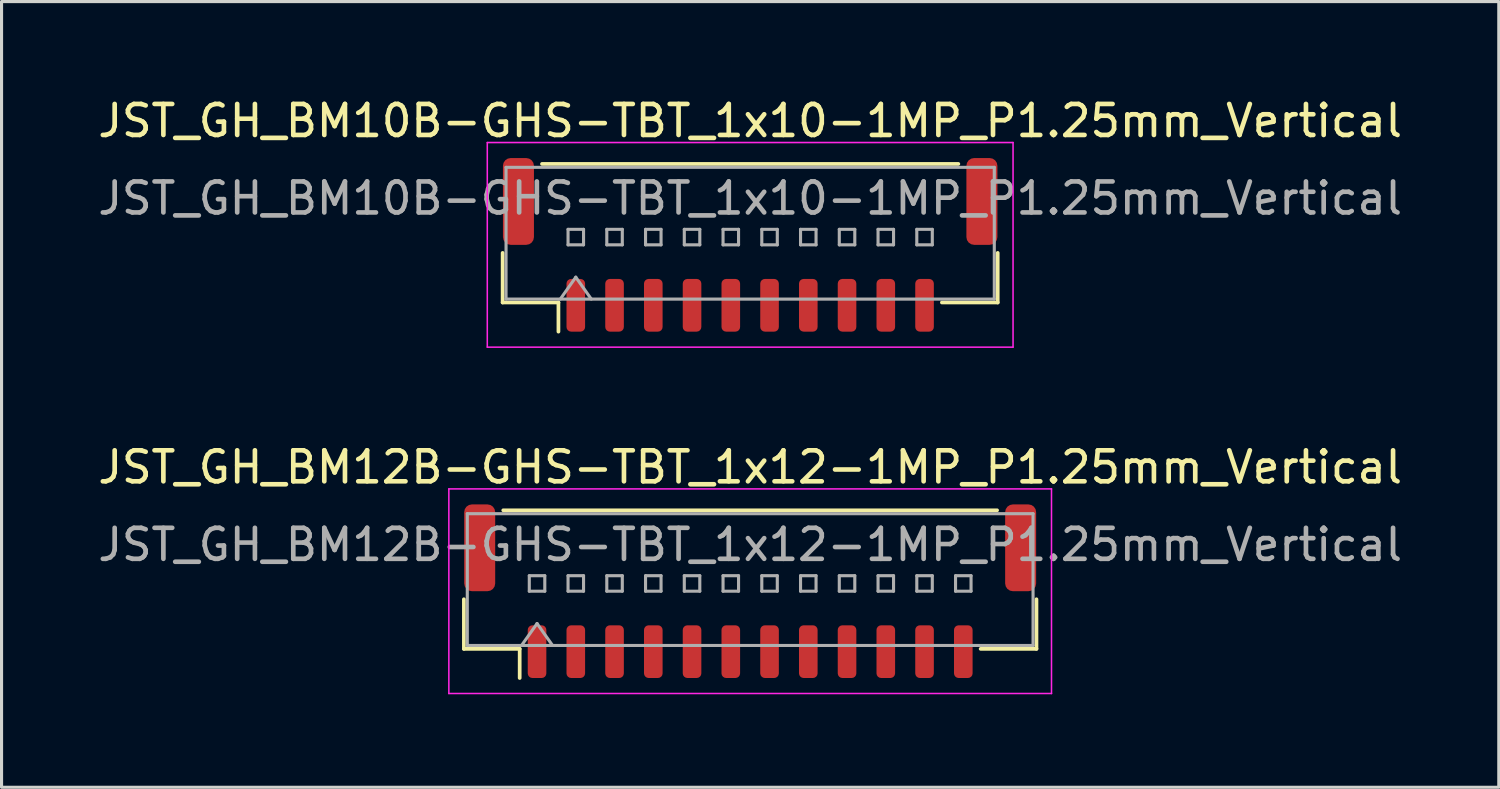
<source format=kicad_pcb>
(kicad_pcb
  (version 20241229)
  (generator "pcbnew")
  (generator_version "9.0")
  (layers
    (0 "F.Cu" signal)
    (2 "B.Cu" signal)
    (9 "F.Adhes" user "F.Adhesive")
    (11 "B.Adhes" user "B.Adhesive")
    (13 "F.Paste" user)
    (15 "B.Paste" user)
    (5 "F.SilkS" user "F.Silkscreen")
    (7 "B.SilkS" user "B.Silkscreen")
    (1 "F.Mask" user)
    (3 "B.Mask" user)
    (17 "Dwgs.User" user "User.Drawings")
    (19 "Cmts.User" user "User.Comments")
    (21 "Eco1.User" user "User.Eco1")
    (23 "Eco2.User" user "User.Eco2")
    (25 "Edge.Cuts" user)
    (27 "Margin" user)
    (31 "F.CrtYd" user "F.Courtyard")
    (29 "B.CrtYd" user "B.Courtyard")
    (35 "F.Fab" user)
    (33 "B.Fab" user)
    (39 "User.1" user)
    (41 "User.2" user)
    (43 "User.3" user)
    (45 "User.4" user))
  (footprint "JST_GH_BM12B-GHS-TBT_1x12-1MP_P1.25mm_Vertical"
    (layer "F.Cu")
    (at 21.149 16.021)
    (property "Reference" "JST_GH_BM12B-GHS-TBT_1x12-1MP_P1.25mm_Vertical" (at 0 -4 0) (layer "F.SilkS") (effects (font (size 1 1) (thickness 0.15))))
    (attr smd)
    (fp_line (start -9.235 0.26) (end -9.235 1.86) (stroke (width 0.12) (type solid)) (layer "F.SilkS"))
    (fp_line (start -9.235 1.86) (end -7.435 1.86) (stroke (width 0.12) (type solid)) (layer "F.SilkS"))
    (fp_line (start -7.965 -2.61) (end 7.965 -2.61) (stroke (width 0.12) (type solid)) (layer "F.SilkS"))
    (fp_line (start -7.435 1.86) (end -7.435 2.8) (stroke (width 0.12) (type solid)) (layer "F.SilkS"))
    (fp_line (start 9.235 0.26) (end 9.235 1.86) (stroke (width 0.12) (type solid)) (layer "F.SilkS"))
    (fp_line (start 9.235 1.86) (end 7.435 1.86) (stroke (width 0.12) (type solid)) (layer "F.SilkS"))
    (fp_line (start -9.72 -3.3) (end -9.72 3.3) (stroke (width 0.05) (type solid)) (layer "F.CrtYd"))
    (fp_line (start -9.72 3.3) (end 9.72 3.3) (stroke (width 0.05) (type solid)) (layer "F.CrtYd"))
    (fp_line (start 9.72 -3.3) (end -9.72 -3.3) (stroke (width 0.05) (type solid)) (layer "F.CrtYd"))
    (fp_line (start 9.72 3.3) (end 9.72 -3.3) (stroke (width 0.05) (type solid)) (layer "F.CrtYd"))
    (fp_line (start -9.125 -2.5) (end 9.125 -2.5) (stroke (width 0.1) (type solid)) (layer "F.Fab"))
    (fp_line (start -9.125 1.75) (end -9.125 -2.5) (stroke (width 0.1) (type solid)) (layer "F.Fab"))
    (fp_line (start -9.125 1.75) (end 9.125 1.75) (stroke (width 0.1) (type solid)) (layer "F.Fab"))
    (fp_line (start -7.375 1.75) (end -6.875 1.043) (stroke (width 0.1) (type solid)) (layer "F.Fab"))
    (fp_line (start -7.125 -0.5) (end -7.125 0) (stroke (width 0.1) (type solid)) (layer "F.Fab"))
    (fp_line (start -7.125 0) (end -6.625 0) (stroke (width 0.1) (type solid)) (layer "F.Fab"))
    (fp_line (start -6.875 1.043) (end -6.375 1.75) (stroke (width 0.1) (type solid)) (layer "F.Fab"))
    (fp_line (start -6.625 -0.5) (end -7.125 -0.5) (stroke (width 0.1) (type solid)) (layer "F.Fab"))
    (fp_line (start -6.625 0) (end -6.625 -0.5) (stroke (width 0.1) (type solid)) (layer "F.Fab"))
    (fp_line (start -5.875 -0.5) (end -5.875 0) (stroke (width 0.1) (type solid)) (layer "F.Fab"))
    (fp_line (start -5.875 0) (end -5.375 0) (stroke (width 0.1) (type solid)) (layer "F.Fab"))
    (fp_line (start -5.375 -0.5) (end -5.875 -0.5) (stroke (width 0.1) (type solid)) (layer "F.Fab"))
    (fp_line (start -5.375 0) (end -5.375 -0.5) (stroke (width 0.1) (type solid)) (layer "F.Fab"))
    (fp_line (start -4.625 -0.5) (end -4.625 0) (stroke (width 0.1) (type solid)) (layer "F.Fab"))
    (fp_line (start -4.625 0) (end -4.125 0) (stroke (width 0.1) (type solid)) (layer "F.Fab"))
    (fp_line (start -4.125 -0.5) (end -4.625 -0.5) (stroke (width 0.1) (type solid)) (layer "F.Fab"))
    (fp_line (start -4.125 0) (end -4.125 -0.5) (stroke (width 0.1) (type solid)) (layer "F.Fab"))
    (fp_line (start -3.375 -0.5) (end -3.375 0) (stroke (width 0.1) (type solid)) (layer "F.Fab"))
    (fp_line (start -3.375 0) (end -2.875 0) (stroke (width 0.1) (type solid)) (layer "F.Fab"))
    (fp_line (start -2.875 -0.5) (end -3.375 -0.5) (stroke (width 0.1) (type solid)) (layer "F.Fab"))
    (fp_line (start -2.875 0) (end -2.875 -0.5) (stroke (width 0.1) (type solid)) (layer "F.Fab"))
    (fp_line (start -2.125 -0.5) (end -2.125 0) (stroke (width 0.1) (type solid)) (layer "F.Fab"))
    (fp_line (start -2.125 0) (end -1.625 0) (stroke (width 0.1) (type solid)) (layer "F.Fab"))
    (fp_line (start -1.625 -0.5) (end -2.125 -0.5) (stroke (width 0.1) (type solid)) (layer "F.Fab"))
    (fp_line (start -1.625 0) (end -1.625 -0.5) (stroke (width 0.1) (type solid)) (layer "F.Fab"))
    (fp_line (start -0.875 -0.5) (end -0.875 0) (stroke (width 0.1) (type solid)) (layer "F.Fab"))
    (fp_line (start -0.875 0) (end -0.375 0) (stroke (width 0.1) (type solid)) (layer "F.Fab"))
    (fp_line (start -0.375 -0.5) (end -0.875 -0.5) (stroke (width 0.1) (type solid)) (layer "F.Fab"))
    (fp_line (start -0.375 0) (end -0.375 -0.5) (stroke (width 0.1) (type solid)) (layer "F.Fab"))
    (fp_line (start 0.375 -0.5) (end 0.375 0) (stroke (width 0.1) (type solid)) (layer "F.Fab"))
    (fp_line (start 0.375 0) (end 0.875 0) (stroke (width 0.1) (type solid)) (layer "F.Fab"))
    (fp_line (start 0.875 -0.5) (end 0.375 -0.5) (stroke (width 0.1) (type solid)) (layer "F.Fab"))
    (fp_line (start 0.875 0) (end 0.875 -0.5) (stroke (width 0.1) (type solid)) (layer "F.Fab"))
    (fp_line (start 1.625 -0.5) (end 1.625 0) (stroke (width 0.1) (type solid)) (layer "F.Fab"))
    (fp_line (start 1.625 0) (end 2.125 0) (stroke (width 0.1) (type solid)) (layer "F.Fab"))
    (fp_line (start 2.125 -0.5) (end 1.625 -0.5) (stroke (width 0.1) (type solid)) (layer "F.Fab"))
    (fp_line (start 2.125 0) (end 2.125 -0.5) (stroke (width 0.1) (type solid)) (layer "F.Fab"))
    (fp_line (start 2.875 -0.5) (end 2.875 0) (stroke (width 0.1) (type solid)) (layer "F.Fab"))
    (fp_line (start 2.875 0) (end 3.375 0) (stroke (width 0.1) (type solid)) (layer "F.Fab"))
    (fp_line (start 3.375 -0.5) (end 2.875 -0.5) (stroke (width 0.1) (type solid)) (layer "F.Fab"))
    (fp_line (start 3.375 0) (end 3.375 -0.5) (stroke (width 0.1) (type solid)) (layer "F.Fab"))
    (fp_line (start 4.125 -0.5) (end 4.125 0) (stroke (width 0.1) (type solid)) (layer "F.Fab"))
    (fp_line (start 4.125 0) (end 4.625 0) (stroke (width 0.1) (type solid)) (layer "F.Fab"))
    (fp_line (start 4.625 -0.5) (end 4.125 -0.5) (stroke (width 0.1) (type solid)) (layer "F.Fab"))
    (fp_line (start 4.625 0) (end 4.625 -0.5) (stroke (width 0.1) (type solid)) (layer "F.Fab"))
    (fp_line (start 5.375 -0.5) (end 5.375 0) (stroke (width 0.1) (type solid)) (layer "F.Fab"))
    (fp_line (start 5.375 0) (end 5.875 0) (stroke (width 0.1) (type solid)) (layer "F.Fab"))
    (fp_line (start 5.875 -0.5) (end 5.375 -0.5) (stroke (width 0.1) (type solid)) (layer "F.Fab"))
    (fp_line (start 5.875 0) (end 5.875 -0.5) (stroke (width 0.1) (type solid)) (layer "F.Fab"))
    (fp_line (start 6.625 -0.5) (end 6.625 0) (stroke (width 0.1) (type solid)) (layer "F.Fab"))
    (fp_line (start 6.625 0) (end 7.125 0) (stroke (width 0.1) (type solid)) (layer "F.Fab"))
    (fp_line (start 7.125 -0.5) (end 6.625 -0.5) (stroke (width 0.1) (type solid)) (layer "F.Fab"))
    (fp_line (start 7.125 0) (end 7.125 -0.5) (stroke (width 0.1) (type solid)) (layer "F.Fab"))
    (fp_line (start 9.125 1.75) (end 9.125 -2.5) (stroke (width 0.1) (type solid)) (layer "F.Fab"))
    (fp_text user "${REFERENCE}" (at 0 -1.5 0) (layer "F.Fab") (effects (font (size 1 1) (thickness 0.15))))
    (pad "1" smd roundrect (at -6.875 1.95) (size 0.6 1.7) (layers "F.Cu" "F.Mask" "F.Paste") (roundrect_rratio 0.25))
    (pad "2" smd roundrect (at -5.625 1.95) (size 0.6 1.7) (layers "F.Cu" "F.Mask" "F.Paste") (roundrect_rratio 0.25))
    (pad "3" smd roundrect (at -4.375 1.95) (size 0.6 1.7) (layers "F.Cu" "F.Mask" "F.Paste") (roundrect_rratio 0.25))
    (pad "4" smd roundrect (at -3.125 1.95) (size 0.6 1.7) (layers "F.Cu" "F.Mask" "F.Paste") (roundrect_rratio 0.25))
    (pad "5" smd roundrect (at -1.875 1.95) (size 0.6 1.7) (layers "F.Cu" "F.Mask" "F.Paste") (roundrect_rratio 0.25))
    (pad "6" smd roundrect (at -0.625 1.95) (size 0.6 1.7) (layers "F.Cu" "F.Mask" "F.Paste") (roundrect_rratio 0.25))
    (pad "7" smd roundrect (at 0.625 1.95) (size 0.6 1.7) (layers "F.Cu" "F.Mask" "F.Paste") (roundrect_rratio 0.25))
    (pad "8" smd roundrect (at 1.875 1.95) (size 0.6 1.7) (layers "F.Cu" "F.Mask" "F.Paste") (roundrect_rratio 0.25))
    (pad "9" smd roundrect (at 3.125 1.95) (size 0.6 1.7) (layers "F.Cu" "F.Mask" "F.Paste") (roundrect_rratio 0.25))
    (pad "10" smd roundrect (at 4.375 1.95) (size 0.6 1.7) (layers "F.Cu" "F.Mask" "F.Paste") (roundrect_rratio 0.25))
    (pad "11" smd roundrect (at 5.625 1.95) (size 0.6 1.7) (layers "F.Cu" "F.Mask" "F.Paste") (roundrect_rratio 0.25))
    (pad "12" smd roundrect (at 6.875 1.95) (size 0.6 1.7) (layers "F.Cu" "F.Mask" "F.Paste") (roundrect_rratio 0.25))
    (pad "MP" smd roundrect (at -8.725 -1.4) (size 1 2.8) (layers "F.Cu" "F.Mask" "F.Paste") (roundrect_rratio 0.25))
    (pad "MP" smd roundrect (at 8.725 -1.4) (size 1 2.8) (layers "F.Cu" "F.Mask" "F.Paste") (roundrect_rratio 0.25)))
  (footprint "JST_GH_BM10B-GHS-TBT_1x10-1MP_P1.25mm_Vertical"
    (layer "F.Cu")
    (at 21.149 4.848)
    (property "Reference" "JST_GH_BM10B-GHS-TBT_1x10-1MP_P1.25mm_Vertical" (at 0 -4 0) (layer "F.SilkS") (effects (font (size 1 1) (thickness 0.15))))
    (attr smd)
    (fp_line (start -7.985 0.26) (end -7.985 1.86) (stroke (width 0.12) (type solid)) (layer "F.SilkS"))
    (fp_line (start -7.985 1.86) (end -6.185 1.86) (stroke (width 0.12) (type solid)) (layer "F.SilkS"))
    (fp_line (start -6.715 -2.61) (end 6.715 -2.61) (stroke (width 0.12) (type solid)) (layer "F.SilkS"))
    (fp_line (start -6.185 1.86) (end -6.185 2.8) (stroke (width 0.12) (type solid)) (layer "F.SilkS"))
    (fp_line (start 7.985 0.26) (end 7.985 1.86) (stroke (width 0.12) (type solid)) (layer "F.SilkS"))
    (fp_line (start 7.985 1.86) (end 6.185 1.86) (stroke (width 0.12) (type solid)) (layer "F.SilkS"))
    (fp_line (start -8.48 -3.3) (end -8.48 3.3) (stroke (width 0.05) (type solid)) (layer "F.CrtYd"))
    (fp_line (start -8.48 3.3) (end 8.48 3.3) (stroke (width 0.05) (type solid)) (layer "F.CrtYd"))
    (fp_line (start 8.48 -3.3) (end -8.48 -3.3) (stroke (width 0.05) (type solid)) (layer "F.CrtYd"))
    (fp_line (start 8.48 3.3) (end 8.48 -3.3) (stroke (width 0.05) (type solid)) (layer "F.CrtYd"))
    (fp_line (start -7.875 -2.5) (end 7.875 -2.5) (stroke (width 0.1) (type solid)) (layer "F.Fab"))
    (fp_line (start -7.875 1.75) (end -7.875 -2.5) (stroke (width 0.1) (type solid)) (layer "F.Fab"))
    (fp_line (start -7.875 1.75) (end 7.875 1.75) (stroke (width 0.1) (type solid)) (layer "F.Fab"))
    (fp_line (start -6.125 1.75) (end -5.625 1.043) (stroke (width 0.1) (type solid)) (layer "F.Fab"))
    (fp_line (start -5.875 -0.5) (end -5.875 0) (stroke (width 0.1) (type solid)) (layer "F.Fab"))
    (fp_line (start -5.875 0) (end -5.375 0) (stroke (width 0.1) (type solid)) (layer "F.Fab"))
    (fp_line (start -5.625 1.043) (end -5.125 1.75) (stroke (width 0.1) (type solid)) (layer "F.Fab"))
    (fp_line (start -5.375 -0.5) (end -5.875 -0.5) (stroke (width 0.1) (type solid)) (layer "F.Fab"))
    (fp_line (start -5.375 0) (end -5.375 -0.5) (stroke (width 0.1) (type solid)) (layer "F.Fab"))
    (fp_line (start -4.625 -0.5) (end -4.625 0) (stroke (width 0.1) (type solid)) (layer "F.Fab"))
    (fp_line (start -4.625 0) (end -4.125 0) (stroke (width 0.1) (type solid)) (layer "F.Fab"))
    (fp_line (start -4.125 -0.5) (end -4.625 -0.5) (stroke (width 0.1) (type solid)) (layer "F.Fab"))
    (fp_line (start -4.125 0) (end -4.125 -0.5) (stroke (width 0.1) (type solid)) (layer "F.Fab"))
    (fp_line (start -3.375 -0.5) (end -3.375 0) (stroke (width 0.1) (type solid)) (layer "F.Fab"))
    (fp_line (start -3.375 0) (end -2.875 0) (stroke (width 0.1) (type solid)) (layer "F.Fab"))
    (fp_line (start -2.875 -0.5) (end -3.375 -0.5) (stroke (width 0.1) (type solid)) (layer "F.Fab"))
    (fp_line (start -2.875 0) (end -2.875 -0.5) (stroke (width 0.1) (type solid)) (layer "F.Fab"))
    (fp_line (start -2.125 -0.5) (end -2.125 0) (stroke (width 0.1) (type solid)) (layer "F.Fab"))
    (fp_line (start -2.125 0) (end -1.625 0) (stroke (width 0.1) (type solid)) (layer "F.Fab"))
    (fp_line (start -1.625 -0.5) (end -2.125 -0.5) (stroke (width 0.1) (type solid)) (layer "F.Fab"))
    (fp_line (start -1.625 0) (end -1.625 -0.5) (stroke (width 0.1) (type solid)) (layer "F.Fab"))
    (fp_line (start -0.875 -0.5) (end -0.875 0) (stroke (width 0.1) (type solid)) (layer "F.Fab"))
    (fp_line (start -0.875 0) (end -0.375 0) (stroke (width 0.1) (type solid)) (layer "F.Fab"))
    (fp_line (start -0.375 -0.5) (end -0.875 -0.5) (stroke (width 0.1) (type solid)) (layer "F.Fab"))
    (fp_line (start -0.375 0) (end -0.375 -0.5) (stroke (width 0.1) (type solid)) (layer "F.Fab"))
    (fp_line (start 0.375 -0.5) (end 0.375 0) (stroke (width 0.1) (type solid)) (layer "F.Fab"))
    (fp_line (start 0.375 0) (end 0.875 0) (stroke (width 0.1) (type solid)) (layer "F.Fab"))
    (fp_line (start 0.875 -0.5) (end 0.375 -0.5) (stroke (width 0.1) (type solid)) (layer "F.Fab"))
    (fp_line (start 0.875 0) (end 0.875 -0.5) (stroke (width 0.1) (type solid)) (layer "F.Fab"))
    (fp_line (start 1.625 -0.5) (end 1.625 0) (stroke (width 0.1) (type solid)) (layer "F.Fab"))
    (fp_line (start 1.625 0) (end 2.125 0) (stroke (width 0.1) (type solid)) (layer "F.Fab"))
    (fp_line (start 2.125 -0.5) (end 1.625 -0.5) (stroke (width 0.1) (type solid)) (layer "F.Fab"))
    (fp_line (start 2.125 0) (end 2.125 -0.5) (stroke (width 0.1) (type solid)) (layer "F.Fab"))
    (fp_line (start 2.875 -0.5) (end 2.875 0) (stroke (width 0.1) (type solid)) (layer "F.Fab"))
    (fp_line (start 2.875 0) (end 3.375 0) (stroke (width 0.1) (type solid)) (layer "F.Fab"))
    (fp_line (start 3.375 -0.5) (end 2.875 -0.5) (stroke (width 0.1) (type solid)) (layer "F.Fab"))
    (fp_line (start 3.375 0) (end 3.375 -0.5) (stroke (width 0.1) (type solid)) (layer "F.Fab"))
    (fp_line (start 4.125 -0.5) (end 4.125 0) (stroke (width 0.1) (type solid)) (layer "F.Fab"))
    (fp_line (start 4.125 0) (end 4.625 0) (stroke (width 0.1) (type solid)) (layer "F.Fab"))
    (fp_line (start 4.625 -0.5) (end 4.125 -0.5) (stroke (width 0.1) (type solid)) (layer "F.Fab"))
    (fp_line (start 4.625 0) (end 4.625 -0.5) (stroke (width 0.1) (type solid)) (layer "F.Fab"))
    (fp_line (start 5.375 -0.5) (end 5.375 0) (stroke (width 0.1) (type solid)) (layer "F.Fab"))
    (fp_line (start 5.375 0) (end 5.875 0) (stroke (width 0.1) (type solid)) (layer "F.Fab"))
    (fp_line (start 5.875 -0.5) (end 5.375 -0.5) (stroke (width 0.1) (type solid)) (layer "F.Fab"))
    (fp_line (start 5.875 0) (end 5.875 -0.5) (stroke (width 0.1) (type solid)) (layer "F.Fab"))
    (fp_line (start 7.875 1.75) (end 7.875 -2.5) (stroke (width 0.1) (type solid)) (layer "F.Fab"))
    (fp_text user "${REFERENCE}" (at 0 -1.5 0) (layer "F.Fab") (effects (font (size 1 1) (thickness 0.15))))
    (pad "1" smd roundrect (at -5.625 1.95) (size 0.6 1.7) (layers "F.Cu" "F.Mask" "F.Paste") (roundrect_rratio 0.25))
    (pad "2" smd roundrect (at -4.375 1.95) (size 0.6 1.7) (layers "F.Cu" "F.Mask" "F.Paste") (roundrect_rratio 0.25))
    (pad "3" smd roundrect (at -3.125 1.95) (size 0.6 1.7) (layers "F.Cu" "F.Mask" "F.Paste") (roundrect_rratio 0.25))
    (pad "4" smd roundrect (at -1.875 1.95) (size 0.6 1.7) (layers "F.Cu" "F.Mask" "F.Paste") (roundrect_rratio 0.25))
    (pad "5" smd roundrect (at -0.625 1.95) (size 0.6 1.7) (layers "F.Cu" "F.Mask" "F.Paste") (roundrect_rratio 0.25))
    (pad "6" smd roundrect (at 0.625 1.95) (size 0.6 1.7) (layers "F.Cu" "F.Mask" "F.Paste") (roundrect_rratio 0.25))
    (pad "7" smd roundrect (at 1.875 1.95) (size 0.6 1.7) (layers "F.Cu" "F.Mask" "F.Paste") (roundrect_rratio 0.25))
    (pad "8" smd roundrect (at 3.125 1.95) (size 0.6 1.7) (layers "F.Cu" "F.Mask" "F.Paste") (roundrect_rratio 0.25))
    (pad "9" smd roundrect (at 4.375 1.95) (size 0.6 1.7) (layers "F.Cu" "F.Mask" "F.Paste") (roundrect_rratio 0.25))
    (pad "10" smd roundrect (at 5.625 1.95) (size 0.6 1.7) (layers "F.Cu" "F.Mask" "F.Paste") (roundrect_rratio 0.25))
    (pad "MP" smd roundrect (at -7.475 -1.4) (size 1 2.8) (layers "F.Cu" "F.Mask" "F.Paste") (roundrect_rratio 0.25))
    (pad "MP" smd roundrect (at 7.475 -1.4) (size 1 2.8) (layers "F.Cu" "F.Mask" "F.Paste") (roundrect_rratio 0.25)))
  (gr_rect
    (start -3 -3)
    (end 45.298 22.346)
    (stroke (width 0.1) (type default))
    (fill no)
    (layer "Edge.Cuts")))
</source>
